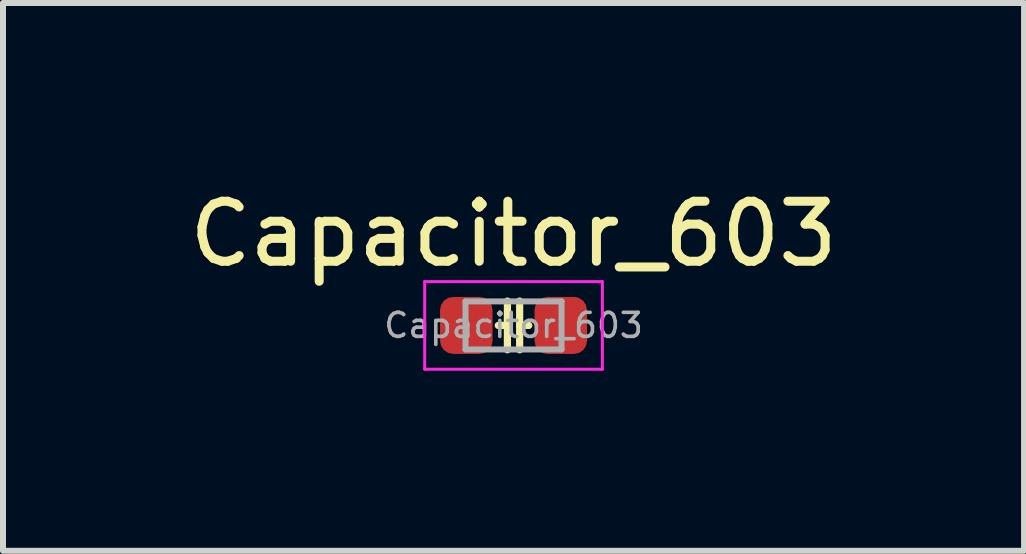
<source format=kicad_pcb>
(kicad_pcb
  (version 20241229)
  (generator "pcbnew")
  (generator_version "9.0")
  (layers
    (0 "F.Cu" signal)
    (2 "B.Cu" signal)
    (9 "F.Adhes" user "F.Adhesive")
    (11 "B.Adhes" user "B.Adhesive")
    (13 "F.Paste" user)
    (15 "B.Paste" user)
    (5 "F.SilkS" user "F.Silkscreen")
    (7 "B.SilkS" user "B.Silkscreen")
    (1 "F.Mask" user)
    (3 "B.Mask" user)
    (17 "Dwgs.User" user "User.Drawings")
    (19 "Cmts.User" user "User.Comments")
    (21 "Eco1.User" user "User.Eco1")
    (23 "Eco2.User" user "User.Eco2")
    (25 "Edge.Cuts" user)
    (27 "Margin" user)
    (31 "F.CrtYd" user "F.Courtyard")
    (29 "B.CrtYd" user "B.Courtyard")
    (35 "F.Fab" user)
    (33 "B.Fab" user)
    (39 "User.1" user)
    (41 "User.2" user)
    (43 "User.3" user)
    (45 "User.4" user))
  (footprint "Capacitor_603"
    (layer "F.Cu")
    (at 5.506 2.372)
    (property "Reference" "Capacitor_603" (at 0 -1.524 0) (layer "F.SilkS") (effects (font (size 1 1) (thickness 0.15))))
    (attr through_hole)
    (fp_line (start -0.102 -0.406) (end -0.102 0.406) (stroke (width 0.12) (type solid)) (layer "F.SilkS"))
    (fp_line (start -0.102 0) (end -0.254 0) (stroke (width 0.12) (type solid)) (layer "F.SilkS"))
    (fp_line (start 0.102 -0.406) (end 0.102 0.406) (stroke (width 0.12) (type solid)) (layer "F.SilkS"))
    (fp_line (start 0.102 0) (end 0.254 0) (stroke (width 0.12) (type solid)) (layer "F.SilkS"))
    (fp_line (start -1.48 -0.73) (end 1.48 -0.73) (stroke (width 0.05) (type solid)) (layer "F.CrtYd"))
    (fp_line (start -1.48 0.73) (end -1.48 -0.73) (stroke (width 0.05) (type solid)) (layer "F.CrtYd"))
    (fp_line (start 1.48 -0.73) (end 1.48 0.73) (stroke (width 0.05) (type solid)) (layer "F.CrtYd"))
    (fp_line (start 1.48 0.73) (end -1.48 0.73) (stroke (width 0.05) (type solid)) (layer "F.CrtYd"))
    (fp_line (start -0.8 -0.4) (end 0.8 -0.4) (stroke (width 0.1) (type solid)) (layer "F.Fab"))
    (fp_line (start -0.8 0.4) (end -0.8 -0.4) (stroke (width 0.1) (type solid)) (layer "F.Fab"))
    (fp_line (start 0.8 -0.4) (end 0.8 0.4) (stroke (width 0.1) (type solid)) (layer "F.Fab"))
    (fp_line (start 0.8 0.4) (end -0.8 0.4) (stroke (width 0.1) (type solid)) (layer "F.Fab"))
    (fp_text user "${REFERENCE}" (at 0 0 0) (layer "F.Fab") (effects (font (size 0.4 0.4) (thickness 0.06))))
    (pad "1" smd roundrect (at -0.787 0) (size 0.875 0.95) (layers "F.Cu" "F.Mask" "F.Paste") (roundrect_rratio 0.25))
    (pad "2" smd roundrect (at 0.787 0) (size 0.875 0.95) (layers "F.Cu" "F.Mask" "F.Paste") (roundrect_rratio 0.25)))
  (gr_rect
    (start -3 -3)
    (end 14.012 6.127)
    (stroke (width 0.1) (type default))
    (fill no)
    (layer "Edge.Cuts")))
</source>
